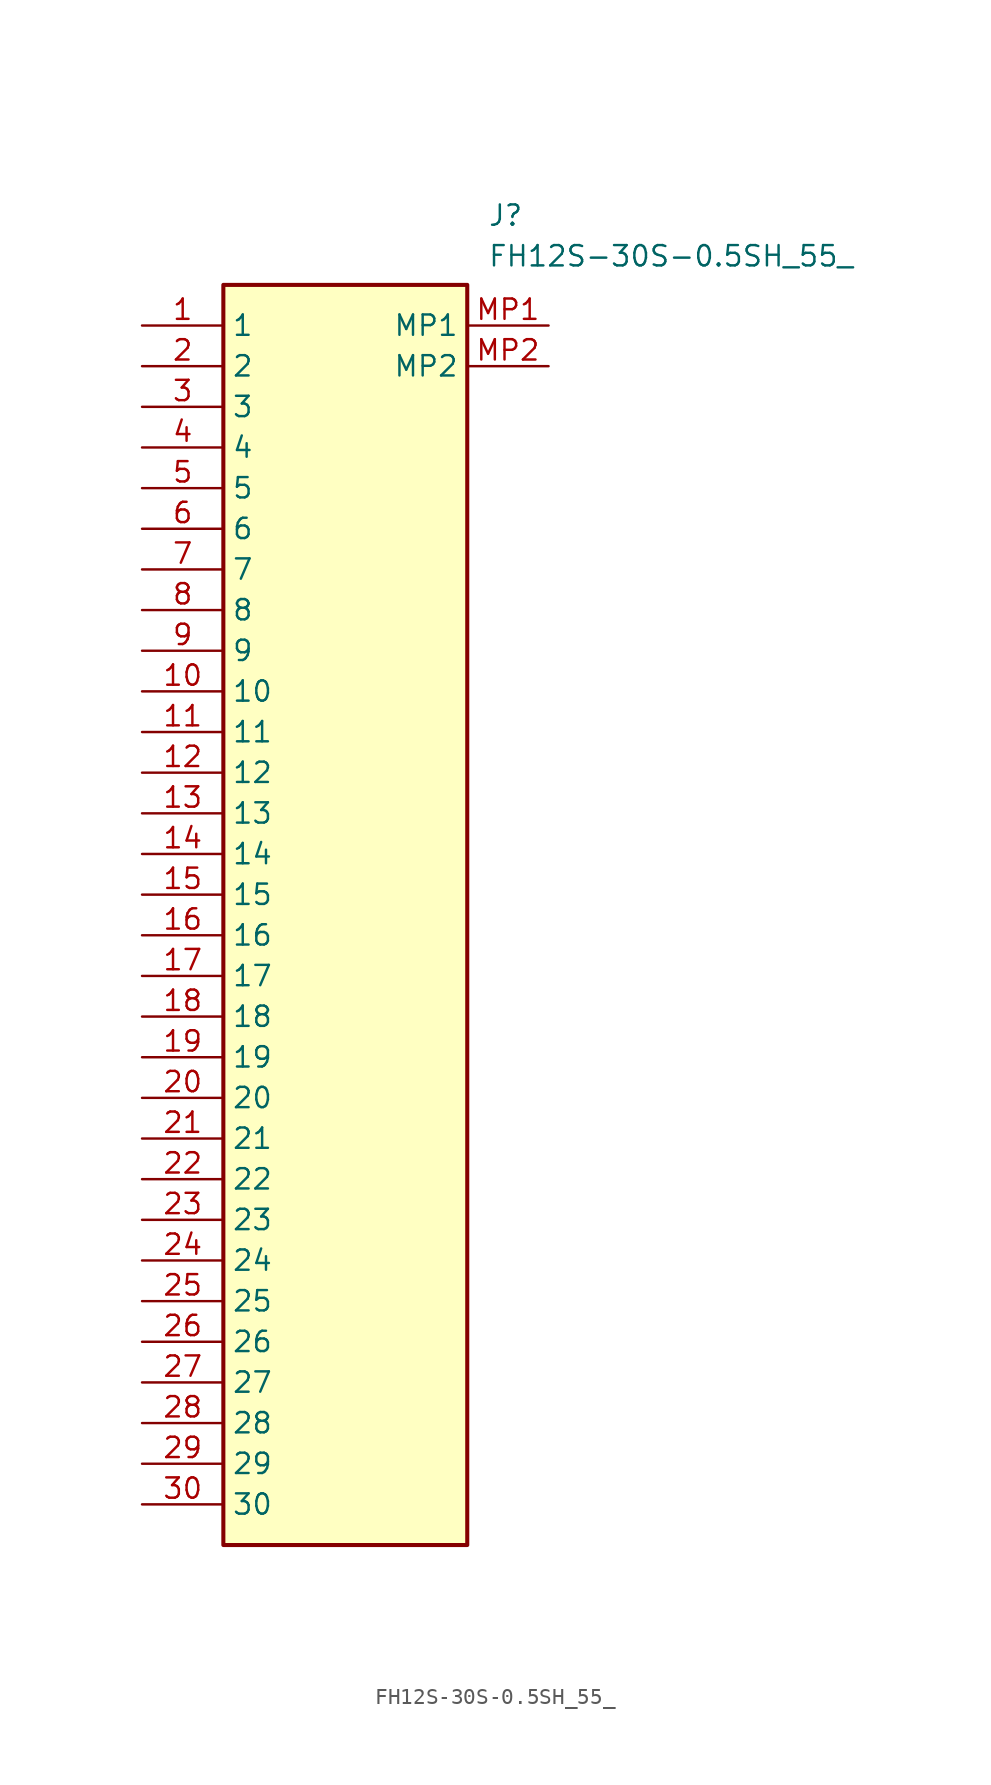
<source format=kicad_sym>
(kicad_symbol_lib
  (version 20211014)
  (generator SamacSys_ECAD_Model)
  (symbol "FH12S-30S-0.5SH_55_"
    (property "Reference" "J"
      (at 21.59 7.62 0)
      (effects (font (size 1.27 1.27)) (justify left top)))
    (property "Value" "FH12S-30S-0.5SH_55_"
      (at 21.59 5.08 0)
      (effects (font (size 1.27 1.27)) (justify left top)))
    (rectangle
      (start 5.08 2.54)
      (end 20.32 -76.2)
      (stroke (width 0.254) (type default))
      (fill (type background)))
    (pin passive line
      (at 0 0 0)
      (length 5.08)
      (name "1" (effects (font (size 1.27 1.27))))
      (number "1" (effects (font (size 1.27 1.27)))))
    (pin passive line
      (at 0 -2.54 0)
      (length 5.08)
      (name "2" (effects (font (size 1.27 1.27))))
      (number "2" (effects (font (size 1.27 1.27)))))
    (pin passive line
      (at 0 -5.08 0)
      (length 5.08)
      (name "3" (effects (font (size 1.27 1.27))))
      (number "3" (effects (font (size 1.27 1.27)))))
    (pin passive line
      (at 0 -7.62 0)
      (length 5.08)
      (name "4" (effects (font (size 1.27 1.27))))
      (number "4" (effects (font (size 1.27 1.27)))))
    (pin passive line
      (at 0 -10.16 0)
      (length 5.08)
      (name "5" (effects (font (size 1.27 1.27))))
      (number "5" (effects (font (size 1.27 1.27)))))
    (pin passive line
      (at 0 -12.7 0)
      (length 5.08)
      (name "6" (effects (font (size 1.27 1.27))))
      (number "6" (effects (font (size 1.27 1.27)))))
    (pin passive line
      (at 0 -15.24 0)
      (length 5.08)
      (name "7" (effects (font (size 1.27 1.27))))
      (number "7" (effects (font (size 1.27 1.27)))))
    (pin passive line
      (at 0 -17.78 0)
      (length 5.08)
      (name "8" (effects (font (size 1.27 1.27))))
      (number "8" (effects (font (size 1.27 1.27)))))
    (pin passive line
      (at 0 -20.32 0)
      (length 5.08)
      (name "9" (effects (font (size 1.27 1.27))))
      (number "9" (effects (font (size 1.27 1.27)))))
    (pin passive line
      (at 0 -22.86 0)
      (length 5.08)
      (name "10" (effects (font (size 1.27 1.27))))
      (number "10" (effects (font (size 1.27 1.27)))))
    (pin passive line
      (at 0 -25.4 0)
      (length 5.08)
      (name "11" (effects (font (size 1.27 1.27))))
      (number "11" (effects (font (size 1.27 1.27)))))
    (pin passive line
      (at 0 -27.94 0)
      (length 5.08)
      (name "12" (effects (font (size 1.27 1.27))))
      (number "12" (effects (font (size 1.27 1.27)))))
    (pin passive line
      (at 0 -30.48 0)
      (length 5.08)
      (name "13" (effects (font (size 1.27 1.27))))
      (number "13" (effects (font (size 1.27 1.27)))))
    (pin passive line
      (at 0 -33.02 0)
      (length 5.08)
      (name "14" (effects (font (size 1.27 1.27))))
      (number "14" (effects (font (size 1.27 1.27)))))
    (pin passive line
      (at 0 -35.56 0)
      (length 5.08)
      (name "15" (effects (font (size 1.27 1.27))))
      (number "15" (effects (font (size 1.27 1.27)))))
    (pin passive line
      (at 0 -38.1 0)
      (length 5.08)
      (name "16" (effects (font (size 1.27 1.27))))
      (number "16" (effects (font (size 1.27 1.27)))))
    (pin passive line
      (at 0 -40.64 0)
      (length 5.08)
      (name "17" (effects (font (size 1.27 1.27))))
      (number "17" (effects (font (size 1.27 1.27)))))
    (pin passive line
      (at 0 -43.18 0)
      (length 5.08)
      (name "18" (effects (font (size 1.27 1.27))))
      (number "18" (effects (font (size 1.27 1.27)))))
    (pin passive line
      (at 0 -45.72 0)
      (length 5.08)
      (name "19" (effects (font (size 1.27 1.27))))
      (number "19" (effects (font (size 1.27 1.27)))))
    (pin passive line
      (at 0 -48.26 0)
      (length 5.08)
      (name "20" (effects (font (size 1.27 1.27))))
      (number "20" (effects (font (size 1.27 1.27)))))
    (pin passive line
      (at 0 -50.8 0)
      (length 5.08)
      (name "21" (effects (font (size 1.27 1.27))))
      (number "21" (effects (font (size 1.27 1.27)))))
    (pin passive line
      (at 0 -53.34 0)
      (length 5.08)
      (name "22" (effects (font (size 1.27 1.27))))
      (number "22" (effects (font (size 1.27 1.27)))))
    (pin passive line
      (at 0 -55.88 0)
      (length 5.08)
      (name "23" (effects (font (size 1.27 1.27))))
      (number "23" (effects (font (size 1.27 1.27)))))
    (pin passive line
      (at 0 -58.42 0)
      (length 5.08)
      (name "24" (effects (font (size 1.27 1.27))))
      (number "24" (effects (font (size 1.27 1.27)))))
    (pin passive line
      (at 0 -60.96 0)
      (length 5.08)
      (name "25" (effects (font (size 1.27 1.27))))
      (number "25" (effects (font (size 1.27 1.27)))))
    (pin passive line
      (at 0 -63.5 0)
      (length 5.08)
      (name "26" (effects (font (size 1.27 1.27))))
      (number "26" (effects (font (size 1.27 1.27)))))
    (pin passive line
      (at 0 -66.04 0)
      (length 5.08)
      (name "27" (effects (font (size 1.27 1.27))))
      (number "27" (effects (font (size 1.27 1.27)))))
    (pin passive line
      (at 0 -68.58 0)
      (length 5.08)
      (name "28" (effects (font (size 1.27 1.27))))
      (number "28" (effects (font (size 1.27 1.27)))))
    (pin passive line
      (at 0 -71.12 0)
      (length 5.08)
      (name "29" (effects (font (size 1.27 1.27))))
      (number "29" (effects (font (size 1.27 1.27)))))
    (pin passive line
      (at 0 -73.66 0)
      (length 5.08)
      (name "30" (effects (font (size 1.27 1.27))))
      (number "30" (effects (font (size 1.27 1.27)))))
    (pin passive line
      (at 25.4 0 180)
      (length 5.08)
      (name "MP1" (effects (font (size 1.27 1.27))))
      (number "MP1" (effects (font (size 1.27 1.27)))))
    (pin passive line
      (at 25.4 -2.54 180)
      (length 5.08)
      (name "MP2" (effects (font (size 1.27 1.27))))
      (number "MP2" (effects (font (size 1.27 1.27)))))))
</source>
